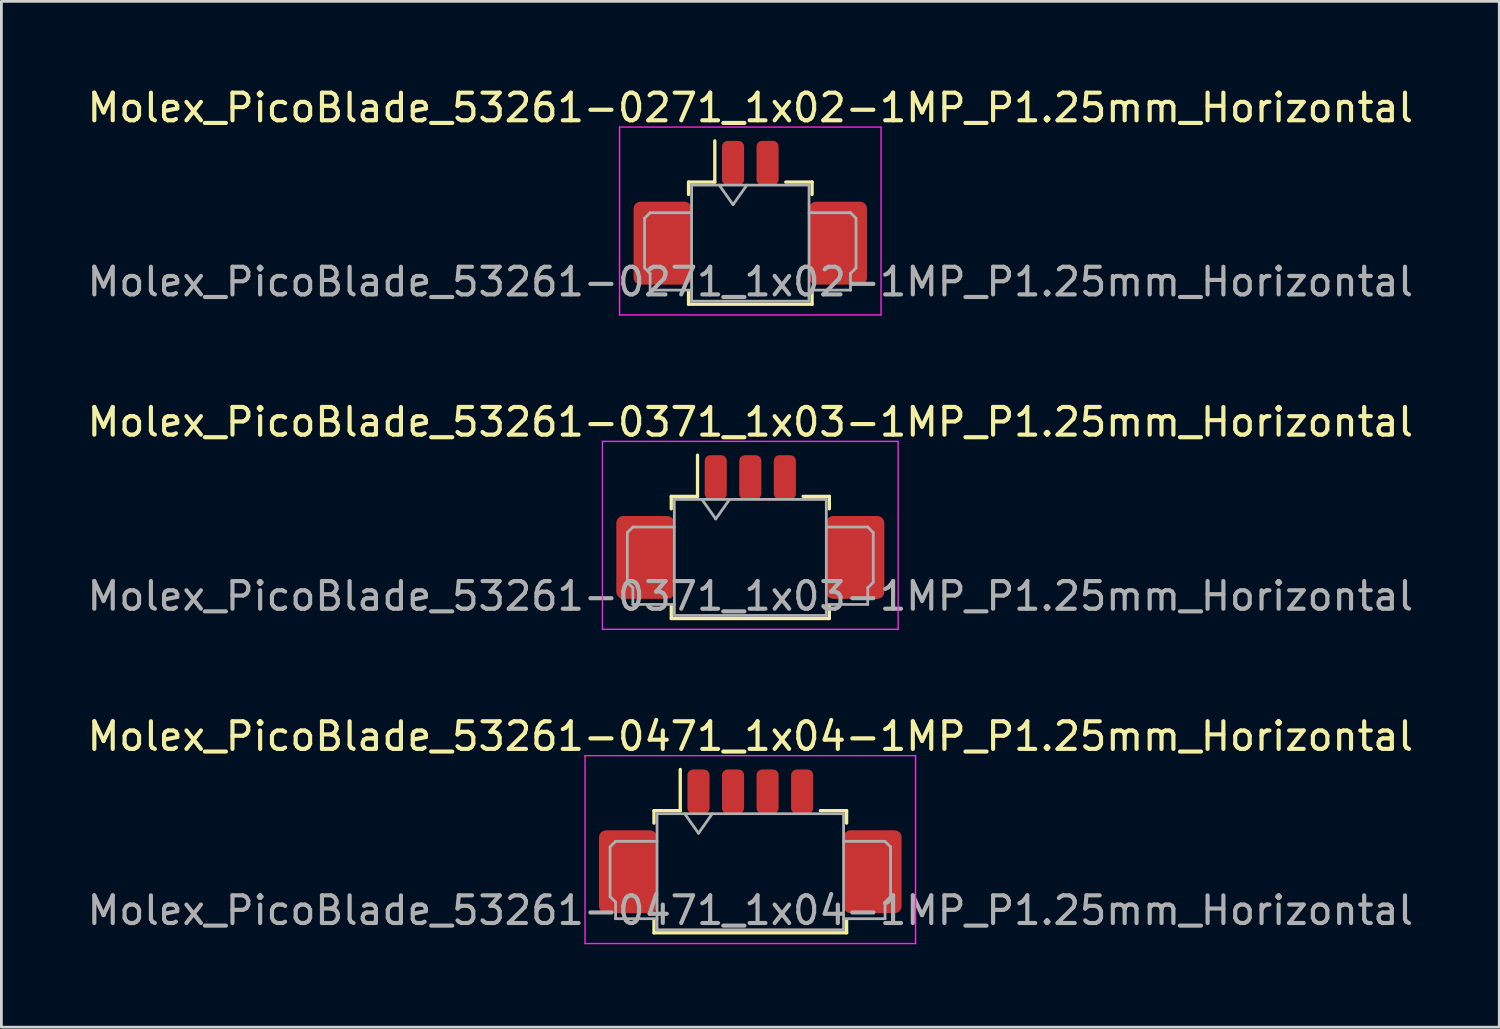
<source format=kicad_pcb>
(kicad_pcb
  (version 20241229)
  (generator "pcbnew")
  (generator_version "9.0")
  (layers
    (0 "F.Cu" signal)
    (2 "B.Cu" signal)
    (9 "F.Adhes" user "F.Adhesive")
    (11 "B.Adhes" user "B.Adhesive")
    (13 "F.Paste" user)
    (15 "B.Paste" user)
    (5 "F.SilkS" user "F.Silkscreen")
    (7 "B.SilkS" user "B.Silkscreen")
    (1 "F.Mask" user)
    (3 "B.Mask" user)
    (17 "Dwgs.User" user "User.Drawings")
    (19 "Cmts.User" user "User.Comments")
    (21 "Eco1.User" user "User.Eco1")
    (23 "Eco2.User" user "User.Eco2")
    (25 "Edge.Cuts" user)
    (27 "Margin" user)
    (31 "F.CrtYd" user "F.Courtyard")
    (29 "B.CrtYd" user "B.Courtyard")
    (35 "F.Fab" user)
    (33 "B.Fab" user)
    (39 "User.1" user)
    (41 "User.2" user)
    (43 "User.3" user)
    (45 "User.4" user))
  (footprint "Molex_PicoBlade_53261-0271_1x02-1MP_P1.25mm_Horizontal"
    (layer "F.Cu")
    (at 24.101 5.248)
    (property "Reference" "Molex_PicoBlade_53261-0271_1x02-1MP_P1.25mm_Horizontal" (at 0 -4.4 0) (layer "F.SilkS") (effects (font (size 1 1) (thickness 0.15))))
    (attr smd)
    (fp_line (start -2.235 -1.71) (end -1.285 -1.71) (stroke (width 0.12) (type solid)) (layer "F.SilkS"))
    (fp_line (start -2.235 -1.26) (end -2.235 -1.71) (stroke (width 0.12) (type solid)) (layer "F.SilkS"))
    (fp_line (start -2.235 2.26) (end -2.235 2.71) (stroke (width 0.12) (type solid)) (layer "F.SilkS"))
    (fp_line (start -2.235 2.71) (end 2.235 2.71) (stroke (width 0.12) (type solid)) (layer "F.SilkS"))
    (fp_line (start -1.285 -1.71) (end -1.285 -3.2) (stroke (width 0.12) (type solid)) (layer "F.SilkS"))
    (fp_line (start 2.235 -1.71) (end 1.285 -1.71) (stroke (width 0.12) (type solid)) (layer "F.SilkS"))
    (fp_line (start 2.235 -1.26) (end 2.235 -1.71) (stroke (width 0.12) (type solid)) (layer "F.SilkS"))
    (fp_line (start 2.235 2.71) (end 2.235 2.26) (stroke (width 0.12) (type solid)) (layer "F.SilkS"))
    (fp_line (start -4.73 -3.7) (end -4.73 3.1) (stroke (width 0.05) (type solid)) (layer "F.CrtYd"))
    (fp_line (start -4.73 3.1) (end 4.73 3.1) (stroke (width 0.05) (type solid)) (layer "F.CrtYd"))
    (fp_line (start 4.73 -3.7) (end -4.73 -3.7) (stroke (width 0.05) (type solid)) (layer "F.CrtYd"))
    (fp_line (start 4.73 3.1) (end 4.73 -3.7) (stroke (width 0.05) (type solid)) (layer "F.CrtYd"))
    (fp_line (start -3.825 -0.4) (end -3.825 1.4) (stroke (width 0.1) (type solid)) (layer "F.Fab"))
    (fp_line (start -3.825 1.4) (end -3.625 1.6) (stroke (width 0.1) (type solid)) (layer "F.Fab"))
    (fp_line (start -3.625 -0.6) (end -3.825 -0.4) (stroke (width 0.1) (type solid)) (layer "F.Fab"))
    (fp_line (start -3.625 1.6) (end -3.625 2.2) (stroke (width 0.1) (type solid)) (layer "F.Fab"))
    (fp_line (start -3.625 2.2) (end -2.125 2.2) (stroke (width 0.1) (type solid)) (layer "F.Fab"))
    (fp_line (start -2.125 -1.6) (end -2.125 2.6) (stroke (width 0.1) (type solid)) (layer "F.Fab"))
    (fp_line (start -2.125 -1.6) (end 2.125 -1.6) (stroke (width 0.1) (type solid)) (layer "F.Fab"))
    (fp_line (start -2.125 -0.6) (end -3.625 -0.6) (stroke (width 0.1) (type solid)) (layer "F.Fab"))
    (fp_line (start -2.125 2.6) (end 2.125 2.6) (stroke (width 0.1) (type solid)) (layer "F.Fab"))
    (fp_line (start -1.125 -1.6) (end -0.625 -0.893) (stroke (width 0.1) (type solid)) (layer "F.Fab"))
    (fp_line (start -0.625 -0.893) (end -0.125 -1.6) (stroke (width 0.1) (type solid)) (layer "F.Fab"))
    (fp_line (start 2.125 -1.6) (end 2.125 2.6) (stroke (width 0.1) (type solid)) (layer "F.Fab"))
    (fp_line (start 2.125 -0.6) (end 3.625 -0.6) (stroke (width 0.1) (type solid)) (layer "F.Fab"))
    (fp_line (start 3.625 -0.6) (end 3.825 -0.4) (stroke (width 0.1) (type solid)) (layer "F.Fab"))
    (fp_line (start 3.625 1.6) (end 3.625 2.2) (stroke (width 0.1) (type solid)) (layer "F.Fab"))
    (fp_line (start 3.625 2.2) (end 2.125 2.2) (stroke (width 0.1) (type solid)) (layer "F.Fab"))
    (fp_line (start 3.825 -0.4) (end 3.825 1.4) (stroke (width 0.1) (type solid)) (layer "F.Fab"))
    (fp_line (start 3.825 1.4) (end 3.625 1.6) (stroke (width 0.1) (type solid)) (layer "F.Fab"))
    (fp_text user "${REFERENCE}" (at 0 1.9 0) (layer "F.Fab") (effects (font (size 1 1) (thickness 0.15))))
    (pad "1" smd roundrect (at -0.625 -2.4) (size 0.8 1.6) (layers "F.Cu" "F.Mask" "F.Paste") (roundrect_rratio 0.25))
    (pad "2" smd roundrect (at 0.625 -2.4) (size 0.8 1.6) (layers "F.Cu" "F.Mask" "F.Paste") (roundrect_rratio 0.25))
    (pad "MP" smd roundrect (at -3.175 0.5) (size 2.1 3) (layers "F.Cu" "F.Mask" "F.Paste") (roundrect_rratio 0.119))
    (pad "MP" smd roundrect (at 3.175 0.5) (size 2.1 3) (layers "F.Cu" "F.Mask" "F.Paste") (roundrect_rratio 0.119)))
  (footprint "Molex_PicoBlade_53261-0471_1x04-1MP_P1.25mm_Horizontal"
    (layer "F.Cu")
    (at 24.101 27.995)
    (property "Reference" "Molex_PicoBlade_53261-0471_1x04-1MP_P1.25mm_Horizontal" (at 0 -4.4 0) (layer "F.SilkS") (effects (font (size 1 1) (thickness 0.15))))
    (attr smd)
    (fp_line (start -3.485 -1.71) (end -2.535 -1.71) (stroke (width 0.12) (type solid)) (layer "F.SilkS"))
    (fp_line (start -3.485 -1.26) (end -3.485 -1.71) (stroke (width 0.12) (type solid)) (layer "F.SilkS"))
    (fp_line (start -3.485 2.26) (end -3.485 2.71) (stroke (width 0.12) (type solid)) (layer "F.SilkS"))
    (fp_line (start -3.485 2.71) (end 3.485 2.71) (stroke (width 0.12) (type solid)) (layer "F.SilkS"))
    (fp_line (start -2.535 -1.71) (end -2.535 -3.2) (stroke (width 0.12) (type solid)) (layer "F.SilkS"))
    (fp_line (start 3.485 -1.71) (end 2.535 -1.71) (stroke (width 0.12) (type solid)) (layer "F.SilkS"))
    (fp_line (start 3.485 -1.26) (end 3.485 -1.71) (stroke (width 0.12) (type solid)) (layer "F.SilkS"))
    (fp_line (start 3.485 2.71) (end 3.485 2.26) (stroke (width 0.12) (type solid)) (layer "F.SilkS"))
    (fp_line (start -5.98 -3.7) (end -5.98 3.1) (stroke (width 0.05) (type solid)) (layer "F.CrtYd"))
    (fp_line (start -5.98 3.1) (end 5.98 3.1) (stroke (width 0.05) (type solid)) (layer "F.CrtYd"))
    (fp_line (start 5.98 -3.7) (end -5.98 -3.7) (stroke (width 0.05) (type solid)) (layer "F.CrtYd"))
    (fp_line (start 5.98 3.1) (end 5.98 -3.7) (stroke (width 0.05) (type solid)) (layer "F.CrtYd"))
    (fp_line (start -5.075 -0.4) (end -5.075 1.4) (stroke (width 0.1) (type solid)) (layer "F.Fab"))
    (fp_line (start -5.075 1.4) (end -4.875 1.6) (stroke (width 0.1) (type solid)) (layer "F.Fab"))
    (fp_line (start -4.875 -0.6) (end -5.075 -0.4) (stroke (width 0.1) (type solid)) (layer "F.Fab"))
    (fp_line (start -4.875 1.6) (end -4.875 2.2) (stroke (width 0.1) (type solid)) (layer "F.Fab"))
    (fp_line (start -4.875 2.2) (end -3.375 2.2) (stroke (width 0.1) (type solid)) (layer "F.Fab"))
    (fp_line (start -3.375 -1.6) (end -3.375 2.6) (stroke (width 0.1) (type solid)) (layer "F.Fab"))
    (fp_line (start -3.375 -1.6) (end 3.375 -1.6) (stroke (width 0.1) (type solid)) (layer "F.Fab"))
    (fp_line (start -3.375 -0.6) (end -4.875 -0.6) (stroke (width 0.1) (type solid)) (layer "F.Fab"))
    (fp_line (start -3.375 2.6) (end 3.375 2.6) (stroke (width 0.1) (type solid)) (layer "F.Fab"))
    (fp_line (start -2.375 -1.6) (end -1.875 -0.893) (stroke (width 0.1) (type solid)) (layer "F.Fab"))
    (fp_line (start -1.875 -0.893) (end -1.375 -1.6) (stroke (width 0.1) (type solid)) (layer "F.Fab"))
    (fp_line (start 3.375 -1.6) (end 3.375 2.6) (stroke (width 0.1) (type solid)) (layer "F.Fab"))
    (fp_line (start 3.375 -0.6) (end 4.875 -0.6) (stroke (width 0.1) (type solid)) (layer "F.Fab"))
    (fp_line (start 4.875 -0.6) (end 5.075 -0.4) (stroke (width 0.1) (type solid)) (layer "F.Fab"))
    (fp_line (start 4.875 1.6) (end 4.875 2.2) (stroke (width 0.1) (type solid)) (layer "F.Fab"))
    (fp_line (start 4.875 2.2) (end 3.375 2.2) (stroke (width 0.1) (type solid)) (layer "F.Fab"))
    (fp_line (start 5.075 -0.4) (end 5.075 1.4) (stroke (width 0.1) (type solid)) (layer "F.Fab"))
    (fp_line (start 5.075 1.4) (end 4.875 1.6) (stroke (width 0.1) (type solid)) (layer "F.Fab"))
    (fp_text user "${REFERENCE}" (at 0 1.9 0) (layer "F.Fab") (effects (font (size 1 1) (thickness 0.15))))
    (pad "1" smd roundrect (at -1.875 -2.4) (size 0.8 1.6) (layers "F.Cu" "F.Mask" "F.Paste") (roundrect_rratio 0.25))
    (pad "2" smd roundrect (at -0.625 -2.4) (size 0.8 1.6) (layers "F.Cu" "F.Mask" "F.Paste") (roundrect_rratio 0.25))
    (pad "3" smd roundrect (at 0.625 -2.4) (size 0.8 1.6) (layers "F.Cu" "F.Mask" "F.Paste") (roundrect_rratio 0.25))
    (pad "4" smd roundrect (at 1.875 -2.4) (size 0.8 1.6) (layers "F.Cu" "F.Mask" "F.Paste") (roundrect_rratio 0.25))
    (pad "MP" smd roundrect (at -4.425 0.5) (size 2.1 3) (layers "F.Cu" "F.Mask" "F.Paste") (roundrect_rratio 0.119))
    (pad "MP" smd roundrect (at 4.425 0.5) (size 2.1 3) (layers "F.Cu" "F.Mask" "F.Paste") (roundrect_rratio 0.119)))
  (footprint "Molex_PicoBlade_53261-0371_1x03-1MP_P1.25mm_Horizontal"
    (layer "F.Cu")
    (at 24.101 16.622)
    (property "Reference" "Molex_PicoBlade_53261-0371_1x03-1MP_P1.25mm_Horizontal" (at 0 -4.4 0) (layer "F.SilkS") (effects (font (size 1 1) (thickness 0.15))))
    (attr smd)
    (fp_line (start -2.86 -1.71) (end -1.91 -1.71) (stroke (width 0.12) (type solid)) (layer "F.SilkS"))
    (fp_line (start -2.86 -1.26) (end -2.86 -1.71) (stroke (width 0.12) (type solid)) (layer "F.SilkS"))
    (fp_line (start -2.86 2.26) (end -2.86 2.71) (stroke (width 0.12) (type solid)) (layer "F.SilkS"))
    (fp_line (start -2.86 2.71) (end 2.86 2.71) (stroke (width 0.12) (type solid)) (layer "F.SilkS"))
    (fp_line (start -1.91 -1.71) (end -1.91 -3.2) (stroke (width 0.12) (type solid)) (layer "F.SilkS"))
    (fp_line (start 2.86 -1.71) (end 1.91 -1.71) (stroke (width 0.12) (type solid)) (layer "F.SilkS"))
    (fp_line (start 2.86 -1.26) (end 2.86 -1.71) (stroke (width 0.12) (type solid)) (layer "F.SilkS"))
    (fp_line (start 2.86 2.71) (end 2.86 2.26) (stroke (width 0.12) (type solid)) (layer "F.SilkS"))
    (fp_line (start -5.35 -3.7) (end -5.35 3.1) (stroke (width 0.05) (type solid)) (layer "F.CrtYd"))
    (fp_line (start -5.35 3.1) (end 5.35 3.1) (stroke (width 0.05) (type solid)) (layer "F.CrtYd"))
    (fp_line (start 5.35 -3.7) (end -5.35 -3.7) (stroke (width 0.05) (type solid)) (layer "F.CrtYd"))
    (fp_line (start 5.35 3.1) (end 5.35 -3.7) (stroke (width 0.05) (type solid)) (layer "F.CrtYd"))
    (fp_line (start -4.45 -0.4) (end -4.45 1.4) (stroke (width 0.1) (type solid)) (layer "F.Fab"))
    (fp_line (start -4.45 1.4) (end -4.25 1.6) (stroke (width 0.1) (type solid)) (layer "F.Fab"))
    (fp_line (start -4.25 -0.6) (end -4.45 -0.4) (stroke (width 0.1) (type solid)) (layer "F.Fab"))
    (fp_line (start -4.25 1.6) (end -4.25 2.2) (stroke (width 0.1) (type solid)) (layer "F.Fab"))
    (fp_line (start -4.25 2.2) (end -2.75 2.2) (stroke (width 0.1) (type solid)) (layer "F.Fab"))
    (fp_line (start -2.75 -1.6) (end -2.75 2.6) (stroke (width 0.1) (type solid)) (layer "F.Fab"))
    (fp_line (start -2.75 -1.6) (end 2.75 -1.6) (stroke (width 0.1) (type solid)) (layer "F.Fab"))
    (fp_line (start -2.75 -0.6) (end -4.25 -0.6) (stroke (width 0.1) (type solid)) (layer "F.Fab"))
    (fp_line (start -2.75 2.6) (end 2.75 2.6) (stroke (width 0.1) (type solid)) (layer "F.Fab"))
    (fp_line (start -1.75 -1.6) (end -1.25 -0.893) (stroke (width 0.1) (type solid)) (layer "F.Fab"))
    (fp_line (start -1.25 -0.893) (end -0.75 -1.6) (stroke (width 0.1) (type solid)) (layer "F.Fab"))
    (fp_line (start 2.75 -1.6) (end 2.75 2.6) (stroke (width 0.1) (type solid)) (layer "F.Fab"))
    (fp_line (start 2.75 -0.6) (end 4.25 -0.6) (stroke (width 0.1) (type solid)) (layer "F.Fab"))
    (fp_line (start 4.25 -0.6) (end 4.45 -0.4) (stroke (width 0.1) (type solid)) (layer "F.Fab"))
    (fp_line (start 4.25 1.6) (end 4.25 2.2) (stroke (width 0.1) (type solid)) (layer "F.Fab"))
    (fp_line (start 4.25 2.2) (end 2.75 2.2) (stroke (width 0.1) (type solid)) (layer "F.Fab"))
    (fp_line (start 4.45 -0.4) (end 4.45 1.4) (stroke (width 0.1) (type solid)) (layer "F.Fab"))
    (fp_line (start 4.45 1.4) (end 4.25 1.6) (stroke (width 0.1) (type solid)) (layer "F.Fab"))
    (fp_text user "${REFERENCE}" (at 0 1.9 0) (layer "F.Fab") (effects (font (size 1 1) (thickness 0.15))))
    (pad "1" smd roundrect (at -1.25 -2.4) (size 0.8 1.6) (layers "F.Cu" "F.Mask" "F.Paste") (roundrect_rratio 0.25))
    (pad "2" smd roundrect (at 0 -2.4) (size 0.8 1.6) (layers "F.Cu" "F.Mask" "F.Paste") (roundrect_rratio 0.25))
    (pad "3" smd roundrect (at 1.25 -2.4) (size 0.8 1.6) (layers "F.Cu" "F.Mask" "F.Paste") (roundrect_rratio 0.25))
    (pad "MP" smd roundrect (at -3.8 0.5) (size 2.1 3) (layers "F.Cu" "F.Mask" "F.Paste") (roundrect_rratio 0.119))
    (pad "MP" smd roundrect (at 3.8 0.5) (size 2.1 3) (layers "F.Cu" "F.Mask" "F.Paste") (roundrect_rratio 0.119)))
  (gr_rect
    (start -3 -3)
    (end 51.202 34.12)
    (stroke (width 0.1) (type default))
    (fill no)
    (layer "Edge.Cuts")))
</source>
